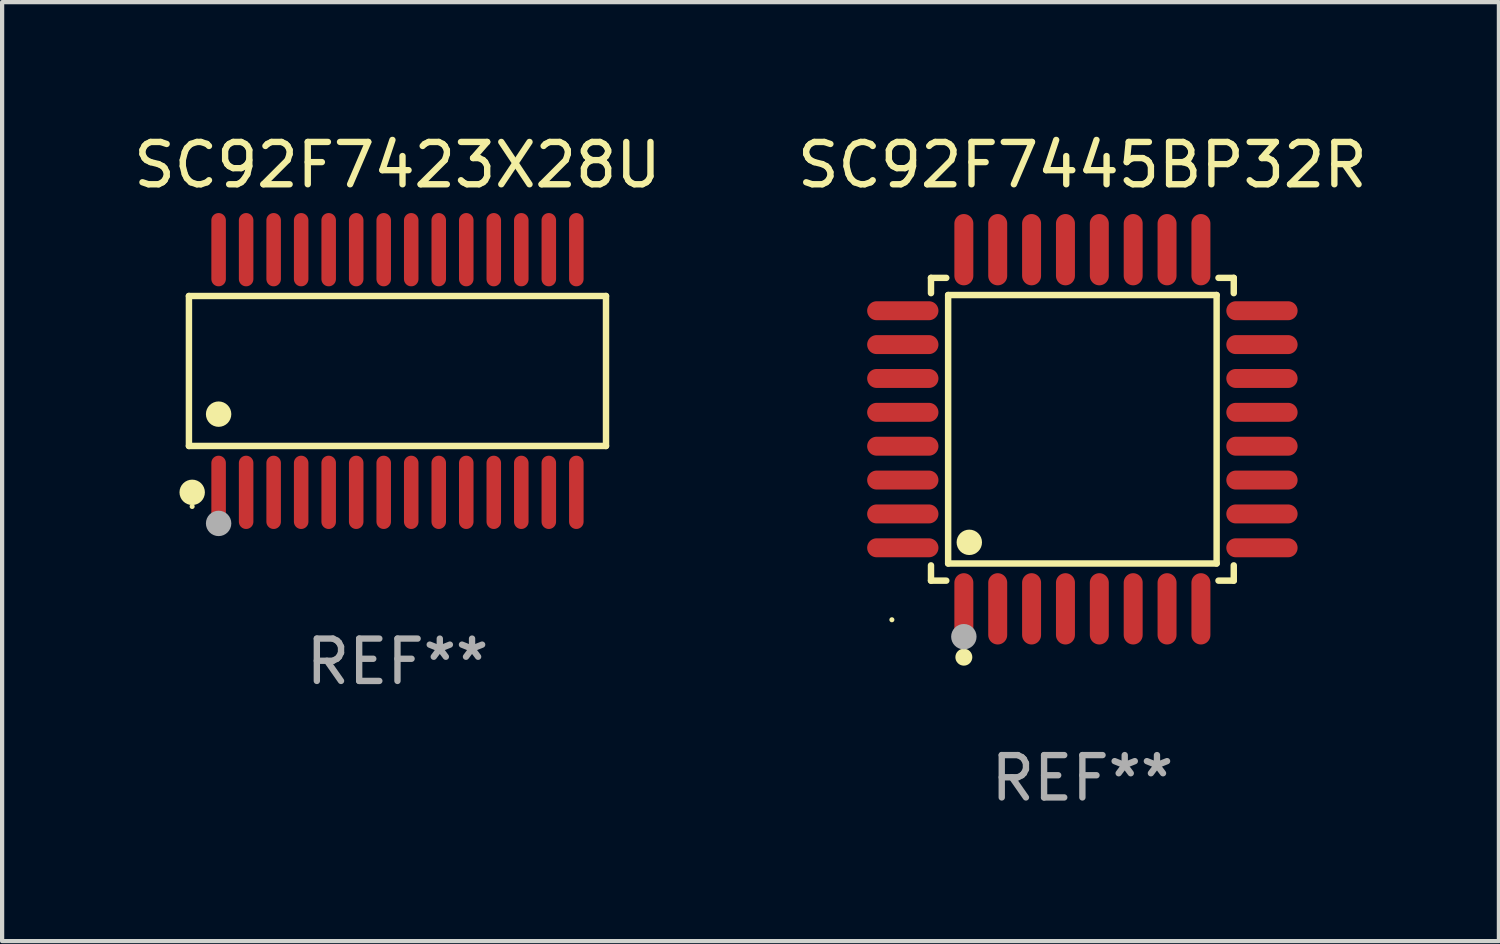
<source format=kicad_pcb>
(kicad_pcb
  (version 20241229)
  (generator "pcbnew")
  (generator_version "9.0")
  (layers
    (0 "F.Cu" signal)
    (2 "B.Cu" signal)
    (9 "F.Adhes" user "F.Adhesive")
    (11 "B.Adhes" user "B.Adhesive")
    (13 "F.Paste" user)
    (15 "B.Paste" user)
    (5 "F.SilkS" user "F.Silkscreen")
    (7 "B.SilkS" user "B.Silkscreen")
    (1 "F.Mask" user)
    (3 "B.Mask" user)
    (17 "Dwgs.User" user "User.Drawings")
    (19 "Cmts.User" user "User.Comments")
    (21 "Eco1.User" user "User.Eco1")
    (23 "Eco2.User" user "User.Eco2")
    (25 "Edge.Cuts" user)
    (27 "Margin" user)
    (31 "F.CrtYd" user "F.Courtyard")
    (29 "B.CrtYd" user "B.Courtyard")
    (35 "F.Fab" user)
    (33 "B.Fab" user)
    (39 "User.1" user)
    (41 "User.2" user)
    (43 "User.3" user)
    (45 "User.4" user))
  (footprint "SC92F7445BP32R"
    (layer "F.Cu")
    (at 22.518 7.09)
    (property "Reference" "SC92F7445BP32R" (at 0 -6.242 0) (layer "F.SilkS") (effects (font (size 1 1) (thickness 0.15))))
    (attr through_hole)
    (fp_line (start -3.576 -3.576) (end -3.215 -3.576) (stroke (width 0.152) (type solid)) (layer "F.SilkS"))
    (fp_line (start -3.576 -3.215) (end -3.576 -3.576) (stroke (width 0.152) (type solid)) (layer "F.SilkS"))
    (fp_line (start -3.576 3.215) (end -3.576 3.576) (stroke (width 0.152) (type solid)) (layer "F.SilkS"))
    (fp_line (start -3.576 3.576) (end -3.215 3.576) (stroke (width 0.152) (type solid)) (layer "F.SilkS"))
    (fp_line (start -3.171 -3.171) (end 3.171 -3.171) (stroke (width 0.152) (type solid)) (layer "F.SilkS"))
    (fp_line (start -3.171 3.171) (end -3.171 -3.171) (stroke (width 0.152) (type solid)) (layer "F.SilkS"))
    (fp_line (start 3.171 -3.171) (end 3.171 3.171) (stroke (width 0.152) (type solid)) (layer "F.SilkS"))
    (fp_line (start 3.171 3.171) (end -3.171 3.171) (stroke (width 0.152) (type solid)) (layer "F.SilkS"))
    (fp_line (start 3.576 -3.576) (end 3.215 -3.576) (stroke (width 0.152) (type solid)) (layer "F.SilkS"))
    (fp_line (start 3.576 -3.215) (end 3.576 -3.576) (stroke (width 0.152) (type solid)) (layer "F.SilkS"))
    (fp_line (start 3.576 3.215) (end 3.576 3.576) (stroke (width 0.152) (type solid)) (layer "F.SilkS"))
    (fp_line (start 3.576 3.576) (end 3.215 3.576) (stroke (width 0.152) (type solid)) (layer "F.SilkS"))
    (fp_circle (center -4.5 4.5) (end -4.47 4.5) (stroke (width 0.06) (type solid)) (fill no) (layer "F.SilkS"))
    (fp_circle (center -2.8 5.384) (end -2.7 5.384) (stroke (width 0.2) (type solid)) (fill no) (layer "F.SilkS"))
    (fp_circle (center -2.671 2.671) (end -2.521 2.671) (stroke (width 0.3) (type solid)) (fill no) (layer "F.SilkS"))
    (fp_circle (center -2.8 4.9) (end -2.65 4.9) (stroke (width 0.3) (type solid)) (fill no) (layer "F.Fab"))
    (fp_text user "REF**" (at 0 8.242 0) (layer "F.Fab") (effects (font (size 1 1) (thickness 0.15))))
    (pad "1" smd oval (at -2.8 4.242) (size 0.448 1.684) (layers "F.Cu" "F.Mask" "F.Paste"))
    (pad "2" smd oval (at -2 4.242) (size 0.448 1.684) (layers "F.Cu" "F.Mask" "F.Paste"))
    (pad "3" smd oval (at -1.2 4.242) (size 0.448 1.684) (layers "F.Cu" "F.Mask" "F.Paste"))
    (pad "4" smd oval (at -0.4 4.242) (size 0.448 1.684) (layers "F.Cu" "F.Mask" "F.Paste"))
    (pad "5" smd oval (at 0.4 4.242) (size 0.448 1.684) (layers "F.Cu" "F.Mask" "F.Paste"))
    (pad "6" smd oval (at 1.2 4.242) (size 0.448 1.684) (layers "F.Cu" "F.Mask" "F.Paste"))
    (pad "7" smd oval (at 2 4.242) (size 0.448 1.684) (layers "F.Cu" "F.Mask" "F.Paste"))
    (pad "8" smd oval (at 2.8 4.242) (size 0.448 1.684) (layers "F.Cu" "F.Mask" "F.Paste"))
    (pad "9" smd oval (at 4.242 2.8) (size 1.684 0.448) (layers "F.Cu" "F.Mask" "F.Paste"))
    (pad "10" smd oval (at 4.242 2) (size 1.684 0.448) (layers "F.Cu" "F.Mask" "F.Paste"))
    (pad "11" smd oval (at 4.242 1.2) (size 1.684 0.448) (layers "F.Cu" "F.Mask" "F.Paste"))
    (pad "12" smd oval (at 4.242 0.4) (size 1.684 0.448) (layers "F.Cu" "F.Mask" "F.Paste"))
    (pad "13" smd oval (at 4.242 -0.4) (size 1.684 0.448) (layers "F.Cu" "F.Mask" "F.Paste"))
    (pad "14" smd oval (at 4.242 -1.2) (size 1.684 0.448) (layers "F.Cu" "F.Mask" "F.Paste"))
    (pad "15" smd oval (at 4.242 -2) (size 1.684 0.448) (layers "F.Cu" "F.Mask" "F.Paste"))
    (pad "16" smd oval (at 4.242 -2.8) (size 1.684 0.448) (layers "F.Cu" "F.Mask" "F.Paste"))
    (pad "17" smd oval (at 2.8 -4.242) (size 0.448 1.684) (layers "F.Cu" "F.Mask" "F.Paste"))
    (pad "18" smd oval (at 2 -4.242) (size 0.448 1.684) (layers "F.Cu" "F.Mask" "F.Paste"))
    (pad "19" smd oval (at 1.2 -4.242) (size 0.448 1.684) (layers "F.Cu" "F.Mask" "F.Paste"))
    (pad "20" smd oval (at 0.4 -4.242) (size 0.448 1.684) (layers "F.Cu" "F.Mask" "F.Paste"))
    (pad "21" smd oval (at -0.4 -4.242) (size 0.448 1.684) (layers "F.Cu" "F.Mask" "F.Paste"))
    (pad "22" smd oval (at -1.2 -4.242) (size 0.448 1.684) (layers "F.Cu" "F.Mask" "F.Paste"))
    (pad "23" smd oval (at -2 -4.242) (size 0.448 1.684) (layers "F.Cu" "F.Mask" "F.Paste"))
    (pad "24" smd oval (at -2.8 -4.242) (size 0.448 1.684) (layers "F.Cu" "F.Mask" "F.Paste"))
    (pad "25" smd oval (at -4.242 -2.8) (size 1.684 0.448) (layers "F.Cu" "F.Mask" "F.Paste"))
    (pad "26" smd oval (at -4.242 -2) (size 1.684 0.448) (layers "F.Cu" "F.Mask" "F.Paste"))
    (pad "27" smd oval (at -4.242 -1.2) (size 1.684 0.448) (layers "F.Cu" "F.Mask" "F.Paste"))
    (pad "28" smd oval (at -4.242 -0.4) (size 1.684 0.448) (layers "F.Cu" "F.Mask" "F.Paste"))
    (pad "29" smd oval (at -4.242 0.4) (size 1.684 0.448) (layers "F.Cu" "F.Mask" "F.Paste"))
    (pad "30" smd oval (at -4.242 1.2) (size 1.684 0.448) (layers "F.Cu" "F.Mask" "F.Paste"))
    (pad "31" smd oval (at -4.242 2) (size 1.684 0.448) (layers "F.Cu" "F.Mask" "F.Paste"))
    (pad "32" smd oval (at -4.242 2.8) (size 1.684 0.448) (layers "F.Cu" "F.Mask" "F.Paste")))
  (footprint "SC92F7423X28U"
    (layer "F.Cu")
    (at 6.339 5.714)
    (property "Reference" "SC92F7423X28U" (at 0 -4.866 0) (layer "F.SilkS") (effects (font (size 1 1) (thickness 0.15))))
    (attr through_hole)
    (fp_line (start -4.926 -1.772) (end 4.926 -1.772) (stroke (width 0.152) (type solid)) (layer "F.SilkS"))
    (fp_line (start -4.926 1.771) (end -4.926 -1.772) (stroke (width 0.152) (type solid)) (layer "F.SilkS"))
    (fp_line (start 4.926 -1.772) (end 4.926 1.771) (stroke (width 0.152) (type solid)) (layer "F.SilkS"))
    (fp_line (start 4.926 1.771) (end -4.926 1.771) (stroke (width 0.152) (type solid)) (layer "F.SilkS"))
    (fp_circle (center -4.85 3.2) (end -4.82 3.2) (stroke (width 0.06) (type solid)) (fill no) (layer "F.SilkS"))
    (fp_circle (center -4.849 2.866) (end -4.699 2.866) (stroke (width 0.3) (type solid)) (fill no) (layer "F.SilkS"))
    (fp_circle (center -4.225 1.019) (end -4.075 1.019) (stroke (width 0.3) (type solid)) (fill no) (layer "F.SilkS"))
    (fp_circle (center -4.225 3.6) (end -4.075 3.6) (stroke (width 0.3) (type solid)) (fill no) (layer "F.Fab"))
    (fp_text user "REF**" (at 0 6.866 0) (layer "F.Fab") (effects (font (size 1 1) (thickness 0.15))))
    (pad "1" smd oval (at -4.225 2.866) (size 0.343 1.731) (layers "F.Cu" "F.Mask" "F.Paste"))
    (pad "2" smd oval (at -3.575 2.866) (size 0.343 1.731) (layers "F.Cu" "F.Mask" "F.Paste"))
    (pad "3" smd oval (at -2.925 2.866) (size 0.343 1.731) (layers "F.Cu" "F.Mask" "F.Paste"))
    (pad "4" smd oval (at -2.275 2.866) (size 0.343 1.731) (layers "F.Cu" "F.Mask" "F.Paste"))
    (pad "5" smd oval (at -1.625 2.866) (size 0.343 1.731) (layers "F.Cu" "F.Mask" "F.Paste"))
    (pad "6" smd oval (at -0.975 2.866) (size 0.343 1.731) (layers "F.Cu" "F.Mask" "F.Paste"))
    (pad "7" smd oval (at -0.325 2.866) (size 0.343 1.731) (layers "F.Cu" "F.Mask" "F.Paste"))
    (pad "8" smd oval (at 0.325 2.866) (size 0.343 1.731) (layers "F.Cu" "F.Mask" "F.Paste"))
    (pad "9" smd oval (at 0.975 2.866) (size 0.343 1.731) (layers "F.Cu" "F.Mask" "F.Paste"))
    (pad "10" smd oval (at 1.625 2.866) (size 0.343 1.731) (layers "F.Cu" "F.Mask" "F.Paste"))
    (pad "11" smd oval (at 2.275 2.866) (size 0.343 1.731) (layers "F.Cu" "F.Mask" "F.Paste"))
    (pad "12" smd oval (at 2.925 2.866) (size 0.343 1.731) (layers "F.Cu" "F.Mask" "F.Paste"))
    (pad "13" smd oval (at 3.575 2.866) (size 0.343 1.731) (layers "F.Cu" "F.Mask" "F.Paste"))
    (pad "14" smd oval (at 4.225 2.866) (size 0.343 1.731) (layers "F.Cu" "F.Mask" "F.Paste"))
    (pad "15" smd oval (at 4.225 -2.866) (size 0.343 1.731) (layers "F.Cu" "F.Mask" "F.Paste"))
    (pad "16" smd oval (at 3.575 -2.866) (size 0.343 1.731) (layers "F.Cu" "F.Mask" "F.Paste"))
    (pad "17" smd oval (at 2.925 -2.866) (size 0.343 1.731) (layers "F.Cu" "F.Mask" "F.Paste"))
    (pad "18" smd oval (at 2.275 -2.866) (size 0.343 1.731) (layers "F.Cu" "F.Mask" "F.Paste"))
    (pad "19" smd oval (at 1.625 -2.866) (size 0.343 1.731) (layers "F.Cu" "F.Mask" "F.Paste"))
    (pad "20" smd oval (at 0.975 -2.866) (size 0.343 1.731) (layers "F.Cu" "F.Mask" "F.Paste"))
    (pad "21" smd oval (at 0.325 -2.866) (size 0.343 1.731) (layers "F.Cu" "F.Mask" "F.Paste"))
    (pad "22" smd oval (at -0.325 -2.866) (size 0.343 1.731) (layers "F.Cu" "F.Mask" "F.Paste"))
    (pad "23" smd oval (at -0.975 -2.866) (size 0.343 1.731) (layers "F.Cu" "F.Mask" "F.Paste"))
    (pad "24" smd oval (at -1.625 -2.866) (size 0.343 1.731) (layers "F.Cu" "F.Mask" "F.Paste"))
    (pad "25" smd oval (at -2.275 -2.866) (size 0.343 1.731) (layers "F.Cu" "F.Mask" "F.Paste"))
    (pad "26" smd oval (at -2.925 -2.866) (size 0.343 1.731) (layers "F.Cu" "F.Mask" "F.Paste"))
    (pad "27" smd oval (at -3.575 -2.866) (size 0.343 1.731) (layers "F.Cu" "F.Mask" "F.Paste"))
    (pad "28" smd oval (at -4.225 -2.866) (size 0.343 1.731) (layers "F.Cu" "F.Mask" "F.Paste")))
  (gr_rect
    (start -3 -3)
    (end 32.357 19.181)
    (stroke (width 0.1) (type default))
    (fill no)
    (layer "Edge.Cuts")))
</source>
